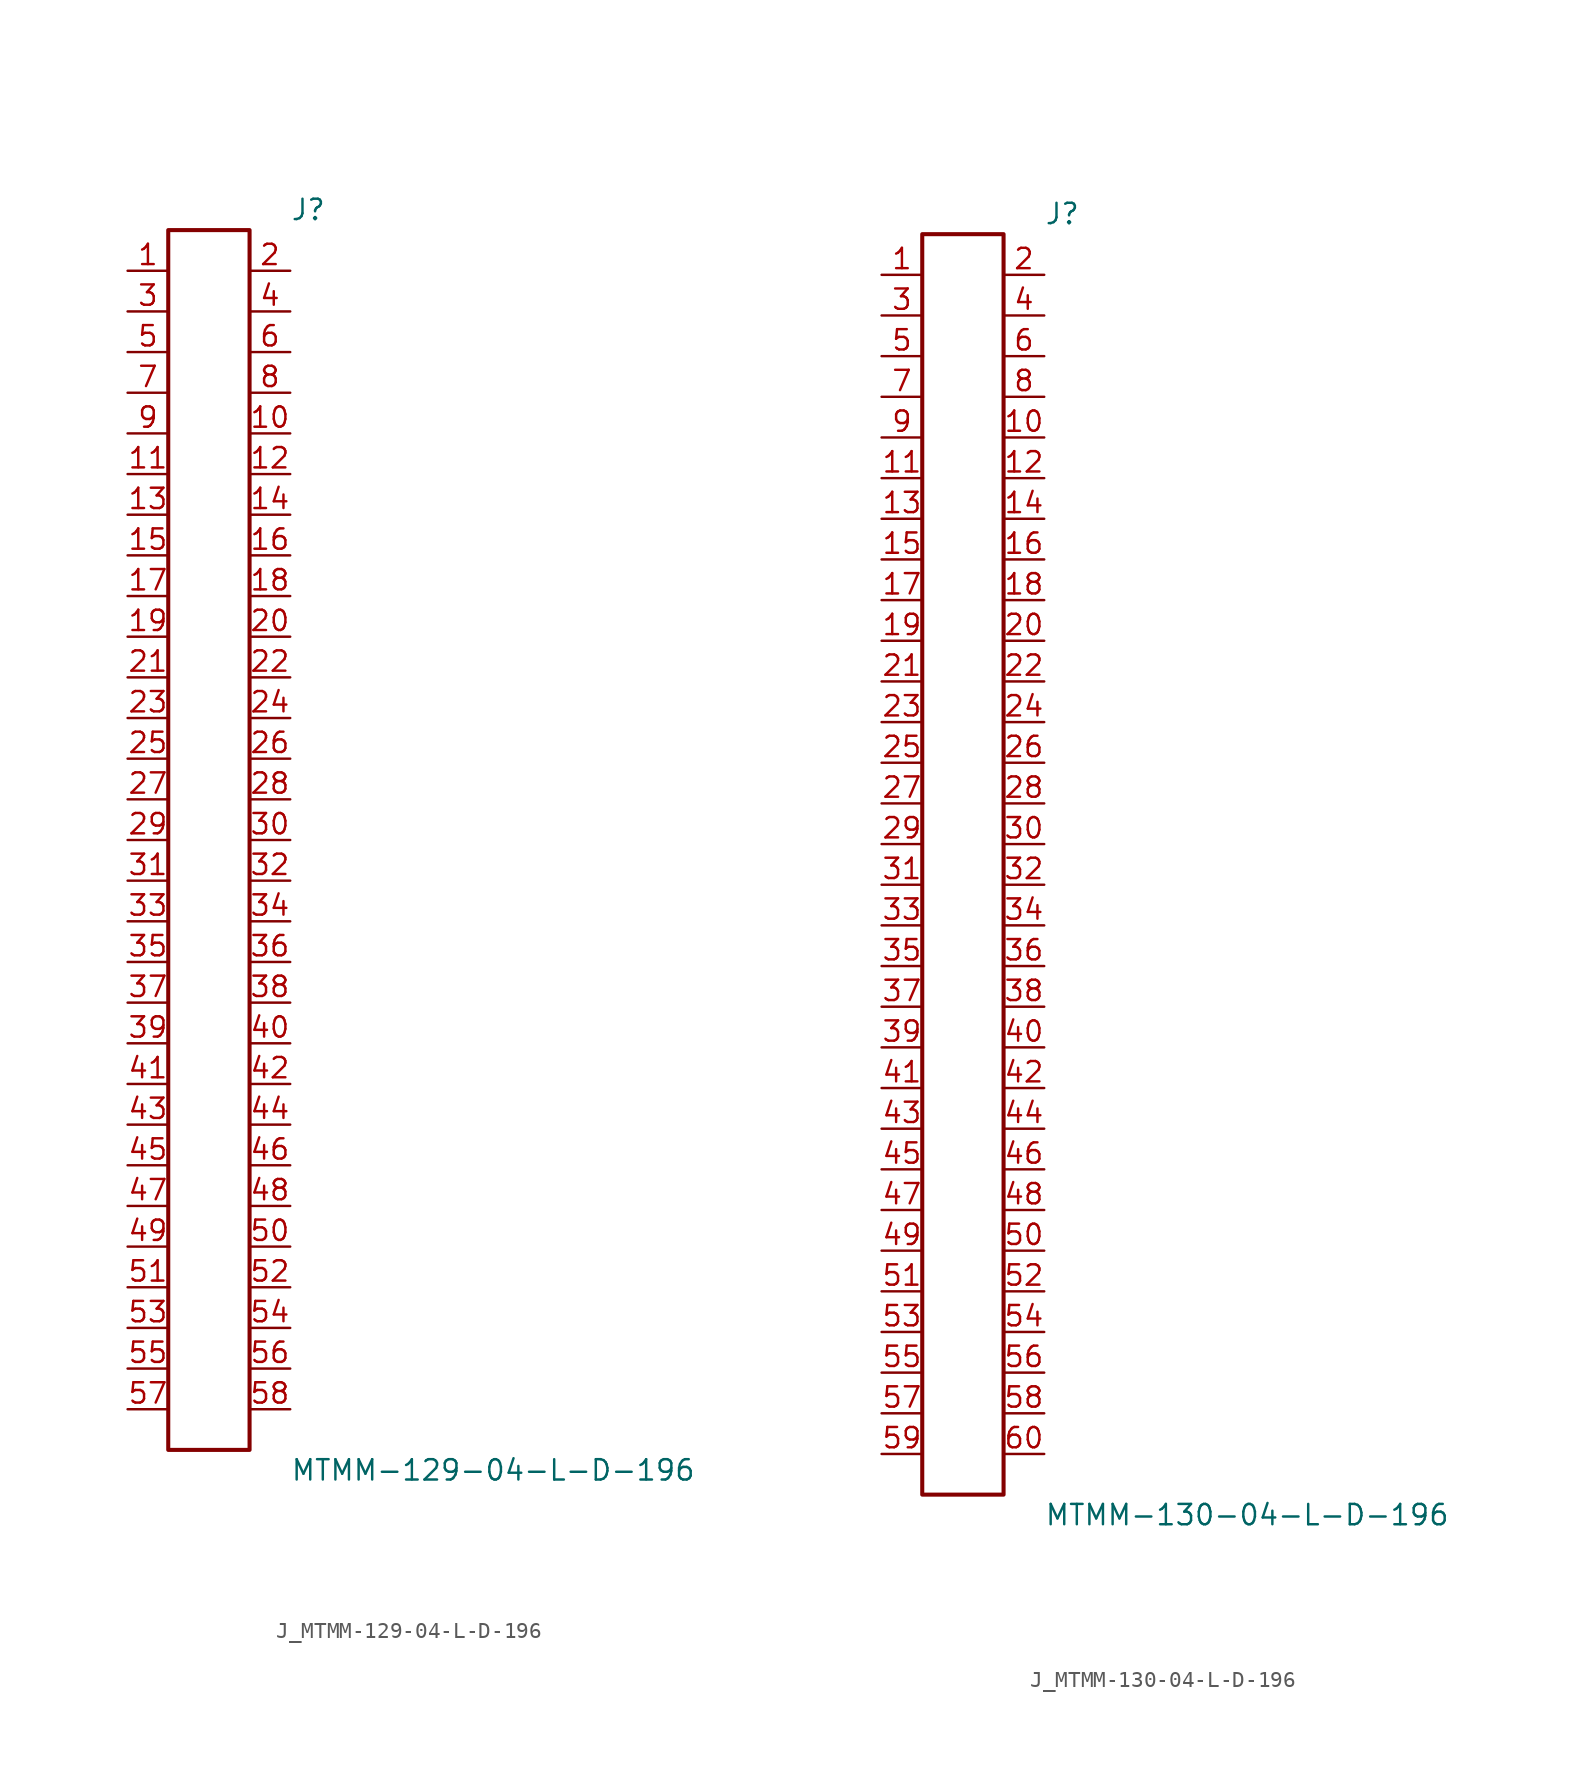
<source format=kicad_sym>
(kicad_symbol_lib
  (version 20231120)
  (generator kicad_symbol_editor)
  (generator_version 8.0)
  (symbol "J_MTMM-129-04-L-D-196"
    (pin_names
      (offset 0.254))
    (property "Reference" "J"
      (at 5.08 39.37 0)
      (effects (font (size 1.27 1.27)) (justify left)))
    (property "Value" "MTMM-129-04-L-D-196"
      (at 5.08 -39.37 0)
      (effects (font (size 1.27 1.27)) (justify left)))
    (symbol "J_MTMM-129-04-L-D-196_0_0"
      (pin passive line (at -5.08 35.56 0) (length 2.54) (name "" (effects (font (size 1.27 1.27)))) (number "1" (effects (font (size 1.27 1.27)))))
      (pin passive line (at 5.08 35.56 180) (length 2.54) (name "" (effects (font (size 1.27 1.27)))) (number "2" (effects (font (size 1.27 1.27)))))
      (pin passive line (at -5.08 33.02 0) (length 2.54) (name "" (effects (font (size 1.27 1.27)))) (number "3" (effects (font (size 1.27 1.27)))))
      (pin passive line (at 5.08 33.02 180) (length 2.54) (name "" (effects (font (size 1.27 1.27)))) (number "4" (effects (font (size 1.27 1.27)))))
      (pin passive line (at -5.08 30.48 0) (length 2.54) (name "" (effects (font (size 1.27 1.27)))) (number "5" (effects (font (size 1.27 1.27)))))
      (pin passive line (at 5.08 30.48 180) (length 2.54) (name "" (effects (font (size 1.27 1.27)))) (number "6" (effects (font (size 1.27 1.27)))))
      (pin passive line (at -5.08 27.94 0) (length 2.54) (name "" (effects (font (size 1.27 1.27)))) (number "7" (effects (font (size 1.27 1.27)))))
      (pin passive line (at 5.08 27.94 180) (length 2.54) (name "" (effects (font (size 1.27 1.27)))) (number "8" (effects (font (size 1.27 1.27)))))
      (pin passive line (at -5.08 25.4 0) (length 2.54) (name "" (effects (font (size 1.27 1.27)))) (number "9" (effects (font (size 1.27 1.27)))))
      (pin passive line (at 5.08 25.4 180) (length 2.54) (name "" (effects (font (size 1.27 1.27)))) (number "10" (effects (font (size 1.27 1.27)))))
      (pin passive line (at -5.08 22.86 0) (length 2.54) (name "" (effects (font (size 1.27 1.27)))) (number "11" (effects (font (size 1.27 1.27)))))
      (pin passive line (at 5.08 22.86 180) (length 2.54) (name "" (effects (font (size 1.27 1.27)))) (number "12" (effects (font (size 1.27 1.27)))))
      (pin passive line (at -5.08 20.32 0) (length 2.54) (name "" (effects (font (size 1.27 1.27)))) (number "13" (effects (font (size 1.27 1.27)))))
      (pin passive line (at 5.08 20.32 180) (length 2.54) (name "" (effects (font (size 1.27 1.27)))) (number "14" (effects (font (size 1.27 1.27)))))
      (pin passive line (at -5.08 17.78 0) (length 2.54) (name "" (effects (font (size 1.27 1.27)))) (number "15" (effects (font (size 1.27 1.27)))))
      (pin passive line (at 5.08 17.78 180) (length 2.54) (name "" (effects (font (size 1.27 1.27)))) (number "16" (effects (font (size 1.27 1.27)))))
      (pin passive line (at -5.08 15.24 0) (length 2.54) (name "" (effects (font (size 1.27 1.27)))) (number "17" (effects (font (size 1.27 1.27)))))
      (pin passive line (at 5.08 15.24 180) (length 2.54) (name "" (effects (font (size 1.27 1.27)))) (number "18" (effects (font (size 1.27 1.27)))))
      (pin passive line (at -5.08 12.7 0) (length 2.54) (name "" (effects (font (size 1.27 1.27)))) (number "19" (effects (font (size 1.27 1.27)))))
      (pin passive line (at 5.08 12.7 180) (length 2.54) (name "" (effects (font (size 1.27 1.27)))) (number "20" (effects (font (size 1.27 1.27)))))
      (pin passive line (at -5.08 10.16 0) (length 2.54) (name "" (effects (font (size 1.27 1.27)))) (number "21" (effects (font (size 1.27 1.27)))))
      (pin passive line (at 5.08 10.16 180) (length 2.54) (name "" (effects (font (size 1.27 1.27)))) (number "22" (effects (font (size 1.27 1.27)))))
      (pin passive line (at -5.08 7.62 0) (length 2.54) (name "" (effects (font (size 1.27 1.27)))) (number "23" (effects (font (size 1.27 1.27)))))
      (pin passive line (at 5.08 7.62 180) (length 2.54) (name "" (effects (font (size 1.27 1.27)))) (number "24" (effects (font (size 1.27 1.27)))))
      (pin passive line (at -5.08 5.08 0) (length 2.54) (name "" (effects (font (size 1.27 1.27)))) (number "25" (effects (font (size 1.27 1.27)))))
      (pin passive line (at 5.08 5.08 180) (length 2.54) (name "" (effects (font (size 1.27 1.27)))) (number "26" (effects (font (size 1.27 1.27)))))
      (pin passive line (at -5.08 2.54 0) (length 2.54) (name "" (effects (font (size 1.27 1.27)))) (number "27" (effects (font (size 1.27 1.27)))))
      (pin passive line (at 5.08 2.54 180) (length 2.54) (name "" (effects (font (size 1.27 1.27)))) (number "28" (effects (font (size 1.27 1.27)))))
      (pin passive line (at -5.08 0.0 0) (length 2.54) (name "" (effects (font (size 1.27 1.27)))) (number "29" (effects (font (size 1.27 1.27)))))
      (pin passive line (at 5.08 0.0 180) (length 2.54) (name "" (effects (font (size 1.27 1.27)))) (number "30" (effects (font (size 1.27 1.27)))))
      (pin passive line (at -5.08 -2.54 0) (length 2.54) (name "" (effects (font (size 1.27 1.27)))) (number "31" (effects (font (size 1.27 1.27)))))
      (pin passive line (at 5.08 -2.54 180) (length 2.54) (name "" (effects (font (size 1.27 1.27)))) (number "32" (effects (font (size 1.27 1.27)))))
      (pin passive line (at -5.08 -5.08 0) (length 2.54) (name "" (effects (font (size 1.27 1.27)))) (number "33" (effects (font (size 1.27 1.27)))))
      (pin passive line (at 5.08 -5.08 180) (length 2.54) (name "" (effects (font (size 1.27 1.27)))) (number "34" (effects (font (size 1.27 1.27)))))
      (pin passive line (at -5.08 -7.62 0) (length 2.54) (name "" (effects (font (size 1.27 1.27)))) (number "35" (effects (font (size 1.27 1.27)))))
      (pin passive line (at 5.08 -7.62 180) (length 2.54) (name "" (effects (font (size 1.27 1.27)))) (number "36" (effects (font (size 1.27 1.27)))))
      (pin passive line (at -5.08 -10.16 0) (length 2.54) (name "" (effects (font (size 1.27 1.27)))) (number "37" (effects (font (size 1.27 1.27)))))
      (pin passive line (at 5.08 -10.16 180) (length 2.54) (name "" (effects (font (size 1.27 1.27)))) (number "38" (effects (font (size 1.27 1.27)))))
      (pin passive line (at -5.08 -12.7 0) (length 2.54) (name "" (effects (font (size 1.27 1.27)))) (number "39" (effects (font (size 1.27 1.27)))))
      (pin passive line (at 5.08 -12.7 180) (length 2.54) (name "" (effects (font (size 1.27 1.27)))) (number "40" (effects (font (size 1.27 1.27)))))
      (pin passive line (at -5.08 -15.24 0) (length 2.54) (name "" (effects (font (size 1.27 1.27)))) (number "41" (effects (font (size 1.27 1.27)))))
      (pin passive line (at 5.08 -15.24 180) (length 2.54) (name "" (effects (font (size 1.27 1.27)))) (number "42" (effects (font (size 1.27 1.27)))))
      (pin passive line (at -5.08 -17.78 0) (length 2.54) (name "" (effects (font (size 1.27 1.27)))) (number "43" (effects (font (size 1.27 1.27)))))
      (pin passive line (at 5.08 -17.78 180) (length 2.54) (name "" (effects (font (size 1.27 1.27)))) (number "44" (effects (font (size 1.27 1.27)))))
      (pin passive line (at -5.08 -20.32 0) (length 2.54) (name "" (effects (font (size 1.27 1.27)))) (number "45" (effects (font (size 1.27 1.27)))))
      (pin passive line (at 5.08 -20.32 180) (length 2.54) (name "" (effects (font (size 1.27 1.27)))) (number "46" (effects (font (size 1.27 1.27)))))
      (pin passive line (at -5.08 -22.86 0) (length 2.54) (name "" (effects (font (size 1.27 1.27)))) (number "47" (effects (font (size 1.27 1.27)))))
      (pin passive line (at 5.08 -22.86 180) (length 2.54) (name "" (effects (font (size 1.27 1.27)))) (number "48" (effects (font (size 1.27 1.27)))))
      (pin passive line (at -5.08 -25.4 0) (length 2.54) (name "" (effects (font (size 1.27 1.27)))) (number "49" (effects (font (size 1.27 1.27)))))
      (pin passive line (at 5.08 -25.4 180) (length 2.54) (name "" (effects (font (size 1.27 1.27)))) (number "50" (effects (font (size 1.27 1.27)))))
      (pin passive line (at -5.08 -27.94 0) (length 2.54) (name "" (effects (font (size 1.27 1.27)))) (number "51" (effects (font (size 1.27 1.27)))))
      (pin passive line (at 5.08 -27.94 180) (length 2.54) (name "" (effects (font (size 1.27 1.27)))) (number "52" (effects (font (size 1.27 1.27)))))
      (pin passive line (at -5.08 -30.48 0) (length 2.54) (name "" (effects (font (size 1.27 1.27)))) (number "53" (effects (font (size 1.27 1.27)))))
      (pin passive line (at 5.08 -30.48 180) (length 2.54) (name "" (effects (font (size 1.27 1.27)))) (number "54" (effects (font (size 1.27 1.27)))))
      (pin passive line (at -5.08 -33.02 0) (length 2.54) (name "" (effects (font (size 1.27 1.27)))) (number "55" (effects (font (size 1.27 1.27)))))
      (pin passive line (at 5.08 -33.02 180) (length 2.54) (name "" (effects (font (size 1.27 1.27)))) (number "56" (effects (font (size 1.27 1.27)))))
      (pin passive line (at -5.08 -35.56 0) (length 2.54) (name "" (effects (font (size 1.27 1.27)))) (number "57" (effects (font (size 1.27 1.27)))))
      (pin passive line (at 5.08 -35.56 180) (length 2.54) (name "" (effects (font (size 1.27 1.27)))) (number "58" (effects (font (size 1.27 1.27))))))
    (symbol "J_MTMM-129-04-L-D-196_1_0"
      (rectangle (start -2.54 38.1) (end 2.54 -38.1) (stroke (width 0.254) (type solid)) (fill (type none)))))
  (symbol "J_MTMM-130-04-L-D-196"
    (pin_names
      (offset 0.254))
    (property "Reference" "J"
      (at 5.08 40.64 0)
      (effects (font (size 1.27 1.27)) (justify left)))
    (property "Value" "MTMM-130-04-L-D-196"
      (at 5.08 -40.64 0)
      (effects (font (size 1.27 1.27)) (justify left)))
    (symbol "J_MTMM-130-04-L-D-196_0_0"
      (pin passive line (at -5.08 36.83 0) (length 2.54) (name "" (effects (font (size 1.27 1.27)))) (number "1" (effects (font (size 1.27 1.27)))))
      (pin passive line (at 5.08 36.83 180) (length 2.54) (name "" (effects (font (size 1.27 1.27)))) (number "2" (effects (font (size 1.27 1.27)))))
      (pin passive line (at -5.08 34.29 0) (length 2.54) (name "" (effects (font (size 1.27 1.27)))) (number "3" (effects (font (size 1.27 1.27)))))
      (pin passive line (at 5.08 34.29 180) (length 2.54) (name "" (effects (font (size 1.27 1.27)))) (number "4" (effects (font (size 1.27 1.27)))))
      (pin passive line (at -5.08 31.75 0) (length 2.54) (name "" (effects (font (size 1.27 1.27)))) (number "5" (effects (font (size 1.27 1.27)))))
      (pin passive line (at 5.08 31.75 180) (length 2.54) (name "" (effects (font (size 1.27 1.27)))) (number "6" (effects (font (size 1.27 1.27)))))
      (pin passive line (at -5.08 29.21 0) (length 2.54) (name "" (effects (font (size 1.27 1.27)))) (number "7" (effects (font (size 1.27 1.27)))))
      (pin passive line (at 5.08 29.21 180) (length 2.54) (name "" (effects (font (size 1.27 1.27)))) (number "8" (effects (font (size 1.27 1.27)))))
      (pin passive line (at -5.08 26.67 0) (length 2.54) (name "" (effects (font (size 1.27 1.27)))) (number "9" (effects (font (size 1.27 1.27)))))
      (pin passive line (at 5.08 26.67 180) (length 2.54) (name "" (effects (font (size 1.27 1.27)))) (number "10" (effects (font (size 1.27 1.27)))))
      (pin passive line (at -5.08 24.13 0) (length 2.54) (name "" (effects (font (size 1.27 1.27)))) (number "11" (effects (font (size 1.27 1.27)))))
      (pin passive line (at 5.08 24.13 180) (length 2.54) (name "" (effects (font (size 1.27 1.27)))) (number "12" (effects (font (size 1.27 1.27)))))
      (pin passive line (at -5.08 21.59 0) (length 2.54) (name "" (effects (font (size 1.27 1.27)))) (number "13" (effects (font (size 1.27 1.27)))))
      (pin passive line (at 5.08 21.59 180) (length 2.54) (name "" (effects (font (size 1.27 1.27)))) (number "14" (effects (font (size 1.27 1.27)))))
      (pin passive line (at -5.08 19.05 0) (length 2.54) (name "" (effects (font (size 1.27 1.27)))) (number "15" (effects (font (size 1.27 1.27)))))
      (pin passive line (at 5.08 19.05 180) (length 2.54) (name "" (effects (font (size 1.27 1.27)))) (number "16" (effects (font (size 1.27 1.27)))))
      (pin passive line (at -5.08 16.51 0) (length 2.54) (name "" (effects (font (size 1.27 1.27)))) (number "17" (effects (font (size 1.27 1.27)))))
      (pin passive line (at 5.08 16.51 180) (length 2.54) (name "" (effects (font (size 1.27 1.27)))) (number "18" (effects (font (size 1.27 1.27)))))
      (pin passive line (at -5.08 13.97 0) (length 2.54) (name "" (effects (font (size 1.27 1.27)))) (number "19" (effects (font (size 1.27 1.27)))))
      (pin passive line (at 5.08 13.97 180) (length 2.54) (name "" (effects (font (size 1.27 1.27)))) (number "20" (effects (font (size 1.27 1.27)))))
      (pin passive line (at -5.08 11.43 0) (length 2.54) (name "" (effects (font (size 1.27 1.27)))) (number "21" (effects (font (size 1.27 1.27)))))
      (pin passive line (at 5.08 11.43 180) (length 2.54) (name "" (effects (font (size 1.27 1.27)))) (number "22" (effects (font (size 1.27 1.27)))))
      (pin passive line (at -5.08 8.89 0) (length 2.54) (name "" (effects (font (size 1.27 1.27)))) (number "23" (effects (font (size 1.27 1.27)))))
      (pin passive line (at 5.08 8.89 180) (length 2.54) (name "" (effects (font (size 1.27 1.27)))) (number "24" (effects (font (size 1.27 1.27)))))
      (pin passive line (at -5.08 6.35 0) (length 2.54) (name "" (effects (font (size 1.27 1.27)))) (number "25" (effects (font (size 1.27 1.27)))))
      (pin passive line (at 5.08 6.35 180) (length 2.54) (name "" (effects (font (size 1.27 1.27)))) (number "26" (effects (font (size 1.27 1.27)))))
      (pin passive line (at -5.08 3.81 0) (length 2.54) (name "" (effects (font (size 1.27 1.27)))) (number "27" (effects (font (size 1.27 1.27)))))
      (pin passive line (at 5.08 3.81 180) (length 2.54) (name "" (effects (font (size 1.27 1.27)))) (number "28" (effects (font (size 1.27 1.27)))))
      (pin passive line (at -5.08 1.27 0) (length 2.54) (name "" (effects (font (size 1.27 1.27)))) (number "29" (effects (font (size 1.27 1.27)))))
      (pin passive line (at 5.08 1.27 180) (length 2.54) (name "" (effects (font (size 1.27 1.27)))) (number "30" (effects (font (size 1.27 1.27)))))
      (pin passive line (at -5.08 -1.27 0) (length 2.54) (name "" (effects (font (size 1.27 1.27)))) (number "31" (effects (font (size 1.27 1.27)))))
      (pin passive line (at 5.08 -1.27 180) (length 2.54) (name "" (effects (font (size 1.27 1.27)))) (number "32" (effects (font (size 1.27 1.27)))))
      (pin passive line (at -5.08 -3.81 0) (length 2.54) (name "" (effects (font (size 1.27 1.27)))) (number "33" (effects (font (size 1.27 1.27)))))
      (pin passive line (at 5.08 -3.81 180) (length 2.54) (name "" (effects (font (size 1.27 1.27)))) (number "34" (effects (font (size 1.27 1.27)))))
      (pin passive line (at -5.08 -6.35 0) (length 2.54) (name "" (effects (font (size 1.27 1.27)))) (number "35" (effects (font (size 1.27 1.27)))))
      (pin passive line (at 5.08 -6.35 180) (length 2.54) (name "" (effects (font (size 1.27 1.27)))) (number "36" (effects (font (size 1.27 1.27)))))
      (pin passive line (at -5.08 -8.89 0) (length 2.54) (name "" (effects (font (size 1.27 1.27)))) (number "37" (effects (font (size 1.27 1.27)))))
      (pin passive line (at 5.08 -8.89 180) (length 2.54) (name "" (effects (font (size 1.27 1.27)))) (number "38" (effects (font (size 1.27 1.27)))))
      (pin passive line (at -5.08 -11.43 0) (length 2.54) (name "" (effects (font (size 1.27 1.27)))) (number "39" (effects (font (size 1.27 1.27)))))
      (pin passive line (at 5.08 -11.43 180) (length 2.54) (name "" (effects (font (size 1.27 1.27)))) (number "40" (effects (font (size 1.27 1.27)))))
      (pin passive line (at -5.08 -13.97 0) (length 2.54) (name "" (effects (font (size 1.27 1.27)))) (number "41" (effects (font (size 1.27 1.27)))))
      (pin passive line (at 5.08 -13.97 180) (length 2.54) (name "" (effects (font (size 1.27 1.27)))) (number "42" (effects (font (size 1.27 1.27)))))
      (pin passive line (at -5.08 -16.51 0) (length 2.54) (name "" (effects (font (size 1.27 1.27)))) (number "43" (effects (font (size 1.27 1.27)))))
      (pin passive line (at 5.08 -16.51 180) (length 2.54) (name "" (effects (font (size 1.27 1.27)))) (number "44" (effects (font (size 1.27 1.27)))))
      (pin passive line (at -5.08 -19.05 0) (length 2.54) (name "" (effects (font (size 1.27 1.27)))) (number "45" (effects (font (size 1.27 1.27)))))
      (pin passive line (at 5.08 -19.05 180) (length 2.54) (name "" (effects (font (size 1.27 1.27)))) (number "46" (effects (font (size 1.27 1.27)))))
      (pin passive line (at -5.08 -21.59 0) (length 2.54) (name "" (effects (font (size 1.27 1.27)))) (number "47" (effects (font (size 1.27 1.27)))))
      (pin passive line (at 5.08 -21.59 180) (length 2.54) (name "" (effects (font (size 1.27 1.27)))) (number "48" (effects (font (size 1.27 1.27)))))
      (pin passive line (at -5.08 -24.13 0) (length 2.54) (name "" (effects (font (size 1.27 1.27)))) (number "49" (effects (font (size 1.27 1.27)))))
      (pin passive line (at 5.08 -24.13 180) (length 2.54) (name "" (effects (font (size 1.27 1.27)))) (number "50" (effects (font (size 1.27 1.27)))))
      (pin passive line (at -5.08 -26.67 0) (length 2.54) (name "" (effects (font (size 1.27 1.27)))) (number "51" (effects (font (size 1.27 1.27)))))
      (pin passive line (at 5.08 -26.67 180) (length 2.54) (name "" (effects (font (size 1.27 1.27)))) (number "52" (effects (font (size 1.27 1.27)))))
      (pin passive line (at -5.08 -29.21 0) (length 2.54) (name "" (effects (font (size 1.27 1.27)))) (number "53" (effects (font (size 1.27 1.27)))))
      (pin passive line (at 5.08 -29.21 180) (length 2.54) (name "" (effects (font (size 1.27 1.27)))) (number "54" (effects (font (size 1.27 1.27)))))
      (pin passive line (at -5.08 -31.75 0) (length 2.54) (name "" (effects (font (size 1.27 1.27)))) (number "55" (effects (font (size 1.27 1.27)))))
      (pin passive line (at 5.08 -31.75 180) (length 2.54) (name "" (effects (font (size 1.27 1.27)))) (number "56" (effects (font (size 1.27 1.27)))))
      (pin passive line (at -5.08 -34.29 0) (length 2.54) (name "" (effects (font (size 1.27 1.27)))) (number "57" (effects (font (size 1.27 1.27)))))
      (pin passive line (at 5.08 -34.29 180) (length 2.54) (name "" (effects (font (size 1.27 1.27)))) (number "58" (effects (font (size 1.27 1.27)))))
      (pin passive line (at -5.08 -36.83 0) (length 2.54) (name "" (effects (font (size 1.27 1.27)))) (number "59" (effects (font (size 1.27 1.27)))))
      (pin passive line (at 5.08 -36.83 180) (length 2.54) (name "" (effects (font (size 1.27 1.27)))) (number "60" (effects (font (size 1.27 1.27))))))
    (symbol "J_MTMM-130-04-L-D-196_1_0"
      (rectangle (start -2.54 39.37) (end 2.54 -39.37) (stroke (width 0.254) (type solid)) (fill (type none))))))
</source>
